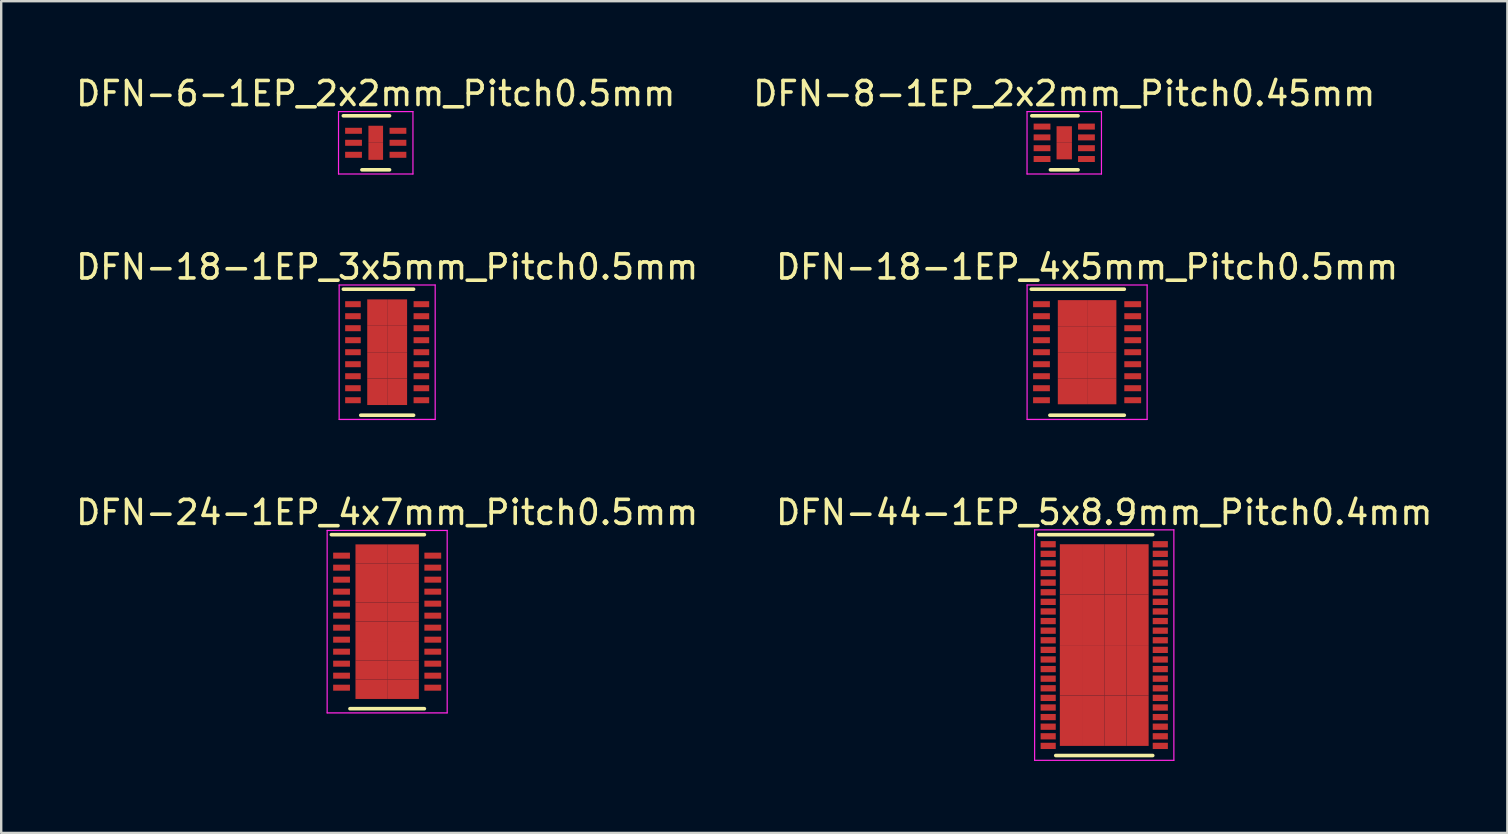
<source format=kicad_pcb>
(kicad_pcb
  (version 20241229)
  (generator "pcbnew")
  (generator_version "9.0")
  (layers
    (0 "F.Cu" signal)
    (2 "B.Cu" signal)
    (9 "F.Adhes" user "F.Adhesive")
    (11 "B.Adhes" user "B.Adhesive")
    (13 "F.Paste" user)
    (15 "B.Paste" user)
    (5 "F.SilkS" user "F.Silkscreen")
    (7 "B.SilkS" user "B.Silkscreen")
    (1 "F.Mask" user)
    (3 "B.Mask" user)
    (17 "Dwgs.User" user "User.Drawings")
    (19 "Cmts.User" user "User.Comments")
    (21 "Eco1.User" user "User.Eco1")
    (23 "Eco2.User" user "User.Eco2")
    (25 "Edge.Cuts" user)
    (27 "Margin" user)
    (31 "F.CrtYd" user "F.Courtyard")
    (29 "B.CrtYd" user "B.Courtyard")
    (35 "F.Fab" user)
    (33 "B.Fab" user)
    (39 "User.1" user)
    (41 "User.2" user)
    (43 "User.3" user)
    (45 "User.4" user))
  (footprint "DFN-24-1EP_4x7mm_Pitch0.5mm"
    (layer "F.Cu")
    (at 13.077 22.845)
    (property "Reference" "DFN-24-1EP_4x7mm_Pitch0.5mm" (at 0 -4.55 0) (layer "F.SilkS") (effects (font (size 1 1) (thickness 0.15))))
    (attr smd)
    (fp_line (start -2.325 -3.625) (end 1.55 -3.625) (stroke (width 0.15) (type solid)) (layer "F.SilkS"))
    (fp_line (start -1.55 3.625) (end 1.55 3.625) (stroke (width 0.15) (type solid)) (layer "F.SilkS"))
    (fp_line (start -2.5 -3.8) (end -2.5 3.8) (stroke (width 0.05) (type solid)) (layer "F.CrtYd"))
    (fp_line (start -2.5 -3.8) (end 2.5 -3.8) (stroke (width 0.05) (type solid)) (layer "F.CrtYd"))
    (fp_line (start -2.5 3.8) (end 2.5 3.8) (stroke (width 0.05) (type solid)) (layer "F.CrtYd"))
    (fp_line (start 2.5 -3.8) (end 2.5 3.8) (stroke (width 0.05) (type solid)) (layer "F.CrtYd"))
    (pad "1" smd rect (at -1.9 -2.75) (size 0.7 0.25) (layers "F.Cu" "F.Mask" "F.Paste"))
    (pad "2" smd rect (at -1.9 -2.25) (size 0.7 0.25) (layers "F.Cu" "F.Mask" "F.Paste"))
    (pad "3" smd rect (at -1.9 -1.75) (size 0.7 0.25) (layers "F.Cu" "F.Mask" "F.Paste"))
    (pad "4" smd rect (at -1.9 -1.25) (size 0.7 0.25) (layers "F.Cu" "F.Mask" "F.Paste"))
    (pad "5" smd rect (at -1.9 -0.75) (size 0.7 0.25) (layers "F.Cu" "F.Mask" "F.Paste"))
    (pad "6" smd rect (at -1.9 -0.25) (size 0.7 0.25) (layers "F.Cu" "F.Mask" "F.Paste"))
    (pad "7" smd rect (at -1.9 0.25) (size 0.7 0.25) (layers "F.Cu" "F.Mask" "F.Paste"))
    (pad "8" smd rect (at -1.9 0.75) (size 0.7 0.25) (layers "F.Cu" "F.Mask" "F.Paste"))
    (pad "9" smd rect (at -1.9 1.25) (size 0.7 0.25) (layers "F.Cu" "F.Mask" "F.Paste"))
    (pad "10" smd rect (at -1.9 1.75) (size 0.7 0.25) (layers "F.Cu" "F.Mask" "F.Paste"))
    (pad "11" smd rect (at -1.9 2.25) (size 0.7 0.25) (layers "F.Cu" "F.Mask" "F.Paste"))
    (pad "12" smd rect (at -1.9 2.75) (size 0.7 0.25) (layers "F.Cu" "F.Mask" "F.Paste"))
    (pad "13" smd rect (at 1.9 2.75) (size 0.7 0.25) (layers "F.Cu" "F.Mask" "F.Paste"))
    (pad "14" smd rect (at 1.9 2.25) (size 0.7 0.25) (layers "F.Cu" "F.Mask" "F.Paste"))
    (pad "15" smd rect (at 1.9 1.75) (size 0.7 0.25) (layers "F.Cu" "F.Mask" "F.Paste"))
    (pad "16" smd rect (at 1.9 1.25) (size 0.7 0.25) (layers "F.Cu" "F.Mask" "F.Paste"))
    (pad "17" smd rect (at 1.9 0.75) (size 0.7 0.25) (layers "F.Cu" "F.Mask" "F.Paste"))
    (pad "18" smd rect (at 1.9 0.25) (size 0.7 0.25) (layers "F.Cu" "F.Mask" "F.Paste"))
    (pad "19" smd rect (at 1.9 -0.25) (size 0.7 0.25) (layers "F.Cu" "F.Mask" "F.Paste"))
    (pad "20" smd rect (at 1.9 -0.75) (size 0.7 0.25) (layers "F.Cu" "F.Mask" "F.Paste"))
    (pad "21" smd rect (at 1.9 -1.25) (size 0.7 0.25) (layers "F.Cu" "F.Mask" "F.Paste"))
    (pad "22" smd rect (at 1.9 -1.75) (size 0.7 0.25) (layers "F.Cu" "F.Mask" "F.Paste"))
    (pad "23" smd rect (at 1.9 -2.25) (size 0.7 0.25) (layers "F.Cu" "F.Mask" "F.Paste"))
    (pad "24" smd rect (at 1.9 -2.75) (size 0.7 0.25) (layers "F.Cu" "F.Mask" "F.Paste"))
    (pad "25" smd rect (at -0.66 -2.817) (size 1.32 0.805) (layers "F.Cu" "F.Mask" "F.Paste"))
    (pad "25" smd rect (at -0.66 -2.013) (size 1.32 0.805) (layers "F.Cu" "F.Mask" "F.Paste"))
    (pad "25" smd rect (at -0.66 -1.208) (size 1.32 0.805) (layers "F.Cu" "F.Mask" "F.Paste"))
    (pad "25" smd rect (at -0.66 -0.403) (size 1.32 0.805) (layers "F.Cu" "F.Mask" "F.Paste"))
    (pad "25" smd rect (at -0.66 0.403) (size 1.32 0.805) (layers "F.Cu" "F.Mask" "F.Paste"))
    (pad "25" smd rect (at -0.66 1.208) (size 1.32 0.805) (layers "F.Cu" "F.Mask" "F.Paste"))
    (pad "25" smd rect (at -0.66 2.013) (size 1.32 0.805) (layers "F.Cu" "F.Mask" "F.Paste"))
    (pad "25" smd rect (at -0.66 2.817) (size 1.32 0.805) (layers "F.Cu" "F.Mask" "F.Paste"))
    (pad "25" smd rect (at 0.66 -2.817) (size 1.32 0.805) (layers "F.Cu" "F.Mask" "F.Paste"))
    (pad "25" smd rect (at 0.66 -2.013) (size 1.32 0.805) (layers "F.Cu" "F.Mask" "F.Paste"))
    (pad "25" smd rect (at 0.66 -1.208) (size 1.32 0.805) (layers "F.Cu" "F.Mask" "F.Paste"))
    (pad "25" smd rect (at 0.66 -0.403) (size 1.32 0.805) (layers "F.Cu" "F.Mask" "F.Paste"))
    (pad "25" smd rect (at 0.66 0.403) (size 1.32 0.805) (layers "F.Cu" "F.Mask" "F.Paste"))
    (pad "25" smd rect (at 0.66 1.208) (size 1.32 0.805) (layers "F.Cu" "F.Mask" "F.Paste"))
    (pad "25" smd rect (at 0.66 2.013) (size 1.32 0.805) (layers "F.Cu" "F.Mask" "F.Paste"))
    (pad "25" smd rect (at 0.66 2.817) (size 1.32 0.805) (layers "F.Cu" "F.Mask" "F.Paste")))
  (footprint "DFN-18-1EP_3x5mm_Pitch0.5mm"
    (layer "F.Cu")
    (at 13.077 11.621)
    (property "Reference" "DFN-18-1EP_3x5mm_Pitch0.5mm" (at 0 -3.55 0) (layer "F.SilkS") (effects (font (size 1 1) (thickness 0.15))))
    (attr smd)
    (fp_line (start -1.825 -2.625) (end 1.1 -2.625) (stroke (width 0.15) (type solid)) (layer "F.SilkS"))
    (fp_line (start -1.1 2.625) (end 1.1 2.625) (stroke (width 0.15) (type solid)) (layer "F.SilkS"))
    (fp_line (start -2 -2.8) (end -2 2.8) (stroke (width 0.05) (type solid)) (layer "F.CrtYd"))
    (fp_line (start -2 -2.8) (end 2 -2.8) (stroke (width 0.05) (type solid)) (layer "F.CrtYd"))
    (fp_line (start -2 2.8) (end 2 2.8) (stroke (width 0.05) (type solid)) (layer "F.CrtYd"))
    (fp_line (start 2 -2.8) (end 2 2.8) (stroke (width 0.05) (type solid)) (layer "F.CrtYd"))
    (pad "1" smd rect (at -1.425 -2) (size 0.65 0.25) (layers "F.Cu" "F.Mask" "F.Paste"))
    (pad "2" smd rect (at -1.425 -1.5) (size 0.65 0.25) (layers "F.Cu" "F.Mask" "F.Paste"))
    (pad "3" smd rect (at -1.425 -1) (size 0.65 0.25) (layers "F.Cu" "F.Mask" "F.Paste"))
    (pad "4" smd rect (at -1.425 -0.5) (size 0.65 0.25) (layers "F.Cu" "F.Mask" "F.Paste"))
    (pad "5" smd rect (at -1.425 0) (size 0.65 0.25) (layers "F.Cu" "F.Mask" "F.Paste"))
    (pad "6" smd rect (at -1.425 0.5) (size 0.65 0.25) (layers "F.Cu" "F.Mask" "F.Paste"))
    (pad "7" smd rect (at -1.425 1) (size 0.65 0.25) (layers "F.Cu" "F.Mask" "F.Paste"))
    (pad "8" smd rect (at -1.425 1.5) (size 0.65 0.25) (layers "F.Cu" "F.Mask" "F.Paste"))
    (pad "9" smd rect (at -1.425 2) (size 0.65 0.25) (layers "F.Cu" "F.Mask" "F.Paste"))
    (pad "10" smd rect (at 1.425 2) (size 0.65 0.25) (layers "F.Cu" "F.Mask" "F.Paste"))
    (pad "11" smd rect (at 1.425 1.5) (size 0.65 0.25) (layers "F.Cu" "F.Mask" "F.Paste"))
    (pad "12" smd rect (at 1.425 1) (size 0.65 0.25) (layers "F.Cu" "F.Mask" "F.Paste"))
    (pad "13" smd rect (at 1.425 0.5) (size 0.65 0.25) (layers "F.Cu" "F.Mask" "F.Paste"))
    (pad "14" smd rect (at 1.425 0) (size 0.65 0.25) (layers "F.Cu" "F.Mask" "F.Paste"))
    (pad "15" smd rect (at 1.425 -0.5) (size 0.65 0.25) (layers "F.Cu" "F.Mask" "F.Paste"))
    (pad "16" smd rect (at 1.425 -1) (size 0.65 0.25) (layers "F.Cu" "F.Mask" "F.Paste"))
    (pad "17" smd rect (at 1.425 -1.5) (size 0.65 0.25) (layers "F.Cu" "F.Mask" "F.Paste"))
    (pad "18" smd rect (at 1.425 -2) (size 0.65 0.25) (layers "F.Cu" "F.Mask" "F.Paste"))
    (pad "19" smd rect (at -0.415 -1.65) (size 0.83 1.1) (layers "F.Cu" "F.Mask" "F.Paste"))
    (pad "19" smd rect (at -0.415 -0.55) (size 0.83 1.1) (layers "F.Cu" "F.Mask" "F.Paste"))
    (pad "19" smd rect (at -0.415 0.55) (size 0.83 1.1) (layers "F.Cu" "F.Mask" "F.Paste"))
    (pad "19" smd rect (at -0.415 1.65) (size 0.83 1.1) (layers "F.Cu" "F.Mask" "F.Paste"))
    (pad "19" smd rect (at 0.415 -1.65) (size 0.83 1.1) (layers "F.Cu" "F.Mask" "F.Paste"))
    (pad "19" smd rect (at 0.415 -0.55) (size 0.83 1.1) (layers "F.Cu" "F.Mask" "F.Paste"))
    (pad "19" smd rect (at 0.415 0.55) (size 0.83 1.1) (layers "F.Cu" "F.Mask" "F.Paste"))
    (pad "19" smd rect (at 0.415 1.65) (size 0.83 1.1) (layers "F.Cu" "F.Mask" "F.Paste")))
  (footprint "DFN-18-1EP_4x5mm_Pitch0.5mm"
    (layer "F.Cu")
    (at 42.232 11.621)
    (property "Reference" "DFN-18-1EP_4x5mm_Pitch0.5mm" (at 0 -3.55 0) (layer "F.SilkS") (effects (font (size 1 1) (thickness 0.15))))
    (attr smd)
    (fp_line (start -2.325 -2.625) (end 1.55 -2.625) (stroke (width 0.15) (type solid)) (layer "F.SilkS"))
    (fp_line (start -1.55 2.625) (end 1.55 2.625) (stroke (width 0.15) (type solid)) (layer "F.SilkS"))
    (fp_line (start -2.5 -2.8) (end -2.5 2.8) (stroke (width 0.05) (type solid)) (layer "F.CrtYd"))
    (fp_line (start -2.5 -2.8) (end 2.5 -2.8) (stroke (width 0.05) (type solid)) (layer "F.CrtYd"))
    (fp_line (start -2.5 2.8) (end 2.5 2.8) (stroke (width 0.05) (type solid)) (layer "F.CrtYd"))
    (fp_line (start 2.5 -2.8) (end 2.5 2.8) (stroke (width 0.05) (type solid)) (layer "F.CrtYd"))
    (pad "1" smd rect (at -1.9 -2) (size 0.7 0.25) (layers "F.Cu" "F.Mask" "F.Paste"))
    (pad "2" smd rect (at -1.9 -1.5) (size 0.7 0.25) (layers "F.Cu" "F.Mask" "F.Paste"))
    (pad "3" smd rect (at -1.9 -1) (size 0.7 0.25) (layers "F.Cu" "F.Mask" "F.Paste"))
    (pad "4" smd rect (at -1.9 -0.5) (size 0.7 0.25) (layers "F.Cu" "F.Mask" "F.Paste"))
    (pad "5" smd rect (at -1.9 0) (size 0.7 0.25) (layers "F.Cu" "F.Mask" "F.Paste"))
    (pad "6" smd rect (at -1.9 0.5) (size 0.7 0.25) (layers "F.Cu" "F.Mask" "F.Paste"))
    (pad "7" smd rect (at -1.9 1) (size 0.7 0.25) (layers "F.Cu" "F.Mask" "F.Paste"))
    (pad "8" smd rect (at -1.9 1.5) (size 0.7 0.25) (layers "F.Cu" "F.Mask" "F.Paste"))
    (pad "9" smd rect (at -1.9 2) (size 0.7 0.25) (layers "F.Cu" "F.Mask" "F.Paste"))
    (pad "10" smd rect (at 1.9 2) (size 0.7 0.25) (layers "F.Cu" "F.Mask" "F.Paste"))
    (pad "11" smd rect (at 1.9 1.5) (size 0.7 0.25) (layers "F.Cu" "F.Mask" "F.Paste"))
    (pad "12" smd rect (at 1.9 1) (size 0.7 0.25) (layers "F.Cu" "F.Mask" "F.Paste"))
    (pad "13" smd rect (at 1.9 0.5) (size 0.7 0.25) (layers "F.Cu" "F.Mask" "F.Paste"))
    (pad "14" smd rect (at 1.9 0) (size 0.7 0.25) (layers "F.Cu" "F.Mask" "F.Paste"))
    (pad "15" smd rect (at 1.9 -0.5) (size 0.7 0.25) (layers "F.Cu" "F.Mask" "F.Paste"))
    (pad "16" smd rect (at 1.9 -1) (size 0.7 0.25) (layers "F.Cu" "F.Mask" "F.Paste"))
    (pad "17" smd rect (at 1.9 -1.5) (size 0.7 0.25) (layers "F.Cu" "F.Mask" "F.Paste"))
    (pad "18" smd rect (at 1.9 -2) (size 0.7 0.25) (layers "F.Cu" "F.Mask" "F.Paste"))
    (pad "19" smd rect (at -0.61 -1.627) (size 1.22 1.085) (layers "F.Cu" "F.Mask" "F.Paste"))
    (pad "19" smd rect (at -0.61 -0.542) (size 1.22 1.085) (layers "F.Cu" "F.Mask" "F.Paste"))
    (pad "19" smd rect (at -0.61 0.542) (size 1.22 1.085) (layers "F.Cu" "F.Mask" "F.Paste"))
    (pad "19" smd rect (at -0.61 1.627) (size 1.22 1.085) (layers "F.Cu" "F.Mask" "F.Paste"))
    (pad "19" smd rect (at 0.61 -1.627) (size 1.22 1.085) (layers "F.Cu" "F.Mask" "F.Paste"))
    (pad "19" smd rect (at 0.61 -0.542) (size 1.22 1.085) (layers "F.Cu" "F.Mask" "F.Paste"))
    (pad "19" smd rect (at 0.61 0.542) (size 1.22 1.085) (layers "F.Cu" "F.Mask" "F.Paste"))
    (pad "19" smd rect (at 0.61 1.627) (size 1.22 1.085) (layers "F.Cu" "F.Mask" "F.Paste")))
  (footprint "DFN-6-1EP_2x2mm_Pitch0.5mm"
    (layer "F.Cu")
    (at 12.601 2.898)
    (property "Reference" "DFN-6-1EP_2x2mm_Pitch0.5mm" (at 0 -2.05 0) (layer "F.SilkS") (effects (font (size 1 1) (thickness 0.15))))
    (attr smd)
    (fp_line (start -1.35 -1.125) (end 0.575 -1.125) (stroke (width 0.15) (type solid)) (layer "F.SilkS"))
    (fp_line (start -0.575 1.125) (end 0.575 1.125) (stroke (width 0.15) (type solid)) (layer "F.SilkS"))
    (fp_line (start -1.55 -1.3) (end -1.55 1.3) (stroke (width 0.05) (type solid)) (layer "F.CrtYd"))
    (fp_line (start -1.55 -1.3) (end 1.55 -1.3) (stroke (width 0.05) (type solid)) (layer "F.CrtYd"))
    (fp_line (start -1.55 1.3) (end 1.55 1.3) (stroke (width 0.05) (type solid)) (layer "F.CrtYd"))
    (fp_line (start 1.55 -1.3) (end 1.55 1.3) (stroke (width 0.05) (type solid)) (layer "F.CrtYd"))
    (pad "1" smd rect (at -0.925 -0.5) (size 0.7 0.25) (layers "F.Cu" "F.Mask" "F.Paste"))
    (pad "2" smd rect (at -0.925 0) (size 0.7 0.25) (layers "F.Cu" "F.Mask" "F.Paste"))
    (pad "3" smd rect (at -0.925 0.5) (size 0.7 0.25) (layers "F.Cu" "F.Mask" "F.Paste"))
    (pad "4" smd rect (at 0.925 0.5) (size 0.7 0.25) (layers "F.Cu" "F.Mask" "F.Paste"))
    (pad "5" smd rect (at 0.925 0) (size 0.7 0.25) (layers "F.Cu" "F.Mask" "F.Paste"))
    (pad "6" smd rect (at 0.925 -0.5) (size 0.7 0.25) (layers "F.Cu" "F.Mask" "F.Paste"))
    (pad "7" smd rect (at 0 -0.355) (size 0.61 0.71) (layers "F.Cu" "F.Mask" "F.Paste"))
    (pad "7" smd rect (at 0 0.355) (size 0.61 0.71) (layers "F.Cu" "F.Mask" "F.Paste")))
  (footprint "DFN-44-1EP_5x8.9mm_Pitch0.4mm"
    (layer "F.Cu")
    (at 42.946 23.82)
    (property "Reference" "DFN-44-1EP_5x8.9mm_Pitch0.4mm" (at 0 -5.525 0) (layer "F.SilkS") (effects (font (size 1 1) (thickness 0.15))))
    (attr smd)
    (fp_line (start -2.725 -4.6) (end 2.02 -4.6) (stroke (width 0.15) (type solid)) (layer "F.SilkS"))
    (fp_line (start -2.02 4.6) (end 2.02 4.6) (stroke (width 0.15) (type solid)) (layer "F.SilkS"))
    (fp_line (start -2.9 -4.8) (end -2.9 4.8) (stroke (width 0.05) (type solid)) (layer "F.CrtYd"))
    (fp_line (start -2.9 -4.8) (end 2.9 -4.8) (stroke (width 0.05) (type solid)) (layer "F.CrtYd"))
    (fp_line (start -2.9 4.8) (end 2.9 4.8) (stroke (width 0.05) (type solid)) (layer "F.CrtYd"))
    (fp_line (start 2.9 -4.8) (end 2.9 4.8) (stroke (width 0.05) (type solid)) (layer "F.CrtYd"))
    (pad "1" smd rect (at -2.335 -4.2) (size 0.63 0.26) (layers "F.Cu" "F.Mask" "F.Paste"))
    (pad "2" smd rect (at -2.335 -3.8) (size 0.63 0.26) (layers "F.Cu" "F.Mask" "F.Paste"))
    (pad "3" smd rect (at -2.335 -3.4) (size 0.63 0.26) (layers "F.Cu" "F.Mask" "F.Paste"))
    (pad "4" smd rect (at -2.335 -3) (size 0.63 0.26) (layers "F.Cu" "F.Mask" "F.Paste"))
    (pad "5" smd rect (at -2.335 -2.6) (size 0.63 0.26) (layers "F.Cu" "F.Mask" "F.Paste"))
    (pad "6" smd rect (at -2.335 -2.2) (size 0.63 0.26) (layers "F.Cu" "F.Mask" "F.Paste"))
    (pad "7" smd rect (at -2.335 -1.8) (size 0.63 0.26) (layers "F.Cu" "F.Mask" "F.Paste"))
    (pad "8" smd rect (at -2.335 -1.4) (size 0.63 0.26) (layers "F.Cu" "F.Mask" "F.Paste"))
    (pad "9" smd rect (at -2.335 -1) (size 0.63 0.26) (layers "F.Cu" "F.Mask" "F.Paste"))
    (pad "10" smd rect (at -2.335 -0.6) (size 0.63 0.26) (layers "F.Cu" "F.Mask" "F.Paste"))
    (pad "11" smd rect (at -2.335 -0.2) (size 0.63 0.26) (layers "F.Cu" "F.Mask" "F.Paste"))
    (pad "12" smd rect (at -2.335 0.2) (size 0.63 0.26) (layers "F.Cu" "F.Mask" "F.Paste"))
    (pad "13" smd rect (at -2.335 0.6) (size 0.63 0.26) (layers "F.Cu" "F.Mask" "F.Paste"))
    (pad "14" smd rect (at -2.335 1) (size 0.63 0.26) (layers "F.Cu" "F.Mask" "F.Paste"))
    (pad "15" smd rect (at -2.335 1.4) (size 0.63 0.26) (layers "F.Cu" "F.Mask" "F.Paste"))
    (pad "16" smd rect (at -2.335 1.8) (size 0.63 0.26) (layers "F.Cu" "F.Mask" "F.Paste"))
    (pad "17" smd rect (at -2.335 2.2) (size 0.63 0.26) (layers "F.Cu" "F.Mask" "F.Paste"))
    (pad "18" smd rect (at -2.335 2.6) (size 0.63 0.26) (layers "F.Cu" "F.Mask" "F.Paste"))
    (pad "19" smd rect (at -2.335 3) (size 0.63 0.26) (layers "F.Cu" "F.Mask" "F.Paste"))
    (pad "20" smd rect (at -2.335 3.4) (size 0.63 0.26) (layers "F.Cu" "F.Mask" "F.Paste"))
    (pad "21" smd rect (at -2.335 3.8) (size 0.63 0.26) (layers "F.Cu" "F.Mask" "F.Paste"))
    (pad "22" smd rect (at -2.335 4.2) (size 0.63 0.26) (layers "F.Cu" "F.Mask" "F.Paste"))
    (pad "23" smd rect (at 2.335 4.2) (size 0.63 0.26) (layers "F.Cu" "F.Mask" "F.Paste"))
    (pad "24" smd rect (at 2.335 3.8) (size 0.63 0.26) (layers "F.Cu" "F.Mask" "F.Paste"))
    (pad "25" smd rect (at 2.335 3.4) (size 0.63 0.26) (layers "F.Cu" "F.Mask" "F.Paste"))
    (pad "26" smd rect (at 2.335 3) (size 0.63 0.26) (layers "F.Cu" "F.Mask" "F.Paste"))
    (pad "27" smd rect (at 2.335 2.6) (size 0.63 0.26) (layers "F.Cu" "F.Mask" "F.Paste"))
    (pad "28" smd rect (at 2.335 2.2) (size 0.63 0.26) (layers "F.Cu" "F.Mask" "F.Paste"))
    (pad "29" smd rect (at 2.335 1.8) (size 0.63 0.26) (layers "F.Cu" "F.Mask" "F.Paste"))
    (pad "30" smd rect (at 2.335 1.4) (size 0.63 0.26) (layers "F.Cu" "F.Mask" "F.Paste"))
    (pad "31" smd rect (at 2.335 1) (size 0.63 0.26) (layers "F.Cu" "F.Mask" "F.Paste"))
    (pad "32" smd rect (at 2.335 0.6) (size 0.63 0.26) (layers "F.Cu" "F.Mask" "F.Paste"))
    (pad "33" smd rect (at 2.335 0.2) (size 0.63 0.26) (layers "F.Cu" "F.Mask" "F.Paste"))
    (pad "34" smd rect (at 2.335 -0.2) (size 0.63 0.26) (layers "F.Cu" "F.Mask" "F.Paste"))
    (pad "35" smd rect (at 2.335 -0.6) (size 0.63 0.26) (layers "F.Cu" "F.Mask" "F.Paste"))
    (pad "36" smd rect (at 2.335 -1) (size 0.63 0.26) (layers "F.Cu" "F.Mask" "F.Paste"))
    (pad "37" smd rect (at 2.335 -1.4) (size 0.63 0.26) (layers "F.Cu" "F.Mask" "F.Paste"))
    (pad "38" smd rect (at 2.335 -1.8) (size 0.63 0.26) (layers "F.Cu" "F.Mask" "F.Paste"))
    (pad "39" smd rect (at 2.335 -2.2) (size 0.63 0.26) (layers "F.Cu" "F.Mask" "F.Paste"))
    (pad "40" smd rect (at 2.335 -2.6) (size 0.63 0.26) (layers "F.Cu" "F.Mask" "F.Paste"))
    (pad "41" smd rect (at 2.335 -3) (size 0.63 0.26) (layers "F.Cu" "F.Mask" "F.Paste"))
    (pad "42" smd rect (at 2.335 -3.4) (size 0.63 0.26) (layers "F.Cu" "F.Mask" "F.Paste"))
    (pad "43" smd rect (at 2.335 -3.8) (size 0.63 0.26) (layers "F.Cu" "F.Mask" "F.Paste"))
    (pad "44" smd rect (at 2.335 -4.2) (size 0.63 0.26) (layers "F.Cu" "F.Mask" "F.Paste"))
    (pad "45" smd rect (at -1.387 -3.15) (size 0.925 2.1) (layers "F.Cu" "F.Mask" "F.Paste"))
    (pad "45" smd rect (at -1.387 -1.05) (size 0.925 2.1) (layers "F.Cu" "F.Mask" "F.Paste"))
    (pad "45" smd rect (at -1.387 1.05) (size 0.925 2.1) (layers "F.Cu" "F.Mask" "F.Paste"))
    (pad "45" smd rect (at -1.387 3.15) (size 0.925 2.1) (layers "F.Cu" "F.Mask" "F.Paste"))
    (pad "45" smd rect (at -0.463 -3.15) (size 0.925 2.1) (layers "F.Cu" "F.Mask" "F.Paste"))
    (pad "45" smd rect (at -0.463 -1.05) (size 0.925 2.1) (layers "F.Cu" "F.Mask" "F.Paste"))
    (pad "45" smd rect (at -0.463 1.05) (size 0.925 2.1) (layers "F.Cu" "F.Mask" "F.Paste"))
    (pad "45" smd rect (at -0.463 3.15) (size 0.925 2.1) (layers "F.Cu" "F.Mask" "F.Paste"))
    (pad "45" smd rect (at 0.463 -3.15) (size 0.925 2.1) (layers "F.Cu" "F.Mask" "F.Paste"))
    (pad "45" smd rect (at 0.463 -1.05) (size 0.925 2.1) (layers "F.Cu" "F.Mask" "F.Paste"))
    (pad "45" smd rect (at 0.463 1.05) (size 0.925 2.1) (layers "F.Cu" "F.Mask" "F.Paste"))
    (pad "45" smd rect (at 0.463 3.15) (size 0.925 2.1) (layers "F.Cu" "F.Mask" "F.Paste"))
    (pad "45" smd rect (at 1.387 -3.15) (size 0.925 2.1) (layers "F.Cu" "F.Mask" "F.Paste"))
    (pad "45" smd rect (at 1.387 -1.05) (size 0.925 2.1) (layers "F.Cu" "F.Mask" "F.Paste"))
    (pad "45" smd rect (at 1.387 1.05) (size 0.925 2.1) (layers "F.Cu" "F.Mask" "F.Paste"))
    (pad "45" smd rect (at 1.387 3.15) (size 0.925 2.1) (layers "F.Cu" "F.Mask" "F.Paste")))
  (footprint "DFN-8-1EP_2x2mm_Pitch0.45mm"
    (layer "F.Cu")
    (at 41.28 2.898)
    (property "Reference" "DFN-8-1EP_2x2mm_Pitch0.45mm" (at 0 -2.05 0) (layer "F.SilkS") (effects (font (size 1 1) (thickness 0.15))))
    (attr smd)
    (fp_line (start -1.35 -1.125) (end 0.575 -1.125) (stroke (width 0.15) (type solid)) (layer "F.SilkS"))
    (fp_line (start -0.575 1.125) (end 0.575 1.125) (stroke (width 0.15) (type solid)) (layer "F.SilkS"))
    (fp_line (start -1.55 -1.3) (end -1.55 1.3) (stroke (width 0.05) (type solid)) (layer "F.CrtYd"))
    (fp_line (start -1.55 -1.3) (end 1.55 -1.3) (stroke (width 0.05) (type solid)) (layer "F.CrtYd"))
    (fp_line (start -1.55 1.3) (end 1.55 1.3) (stroke (width 0.05) (type solid)) (layer "F.CrtYd"))
    (fp_line (start 1.55 -1.3) (end 1.55 1.3) (stroke (width 0.05) (type solid)) (layer "F.CrtYd"))
    (pad "1" smd rect (at -0.925 -0.675) (size 0.7 0.25) (layers "F.Cu" "F.Mask" "F.Paste"))
    (pad "2" smd rect (at -0.925 -0.225) (size 0.7 0.25) (layers "F.Cu" "F.Mask" "F.Paste"))
    (pad "3" smd rect (at -0.925 0.225) (size 0.7 0.25) (layers "F.Cu" "F.Mask" "F.Paste"))
    (pad "4" smd rect (at -0.925 0.675) (size 0.7 0.25) (layers "F.Cu" "F.Mask" "F.Paste"))
    (pad "5" smd rect (at 0.925 0.675) (size 0.7 0.25) (layers "F.Cu" "F.Mask" "F.Paste"))
    (pad "6" smd rect (at 0.925 0.225) (size 0.7 0.25) (layers "F.Cu" "F.Mask" "F.Paste"))
    (pad "7" smd rect (at 0.925 -0.225) (size 0.7 0.25) (layers "F.Cu" "F.Mask" "F.Paste"))
    (pad "8" smd rect (at 0.925 -0.675) (size 0.7 0.25) (layers "F.Cu" "F.Mask" "F.Paste"))
    (pad "9" smd rect (at 0 -0.345) (size 0.64 0.69) (layers "F.Cu" "F.Mask" "F.Paste"))
    (pad "9" smd rect (at 0 0.345) (size 0.64 0.69) (layers "F.Cu" "F.Mask" "F.Paste")))
  (gr_rect
    (start -3 -3)
    (end 59.738 31.645)
    (stroke (width 0.1) (type default))
    (fill no)
    (layer "Edge.Cuts")))
</source>
